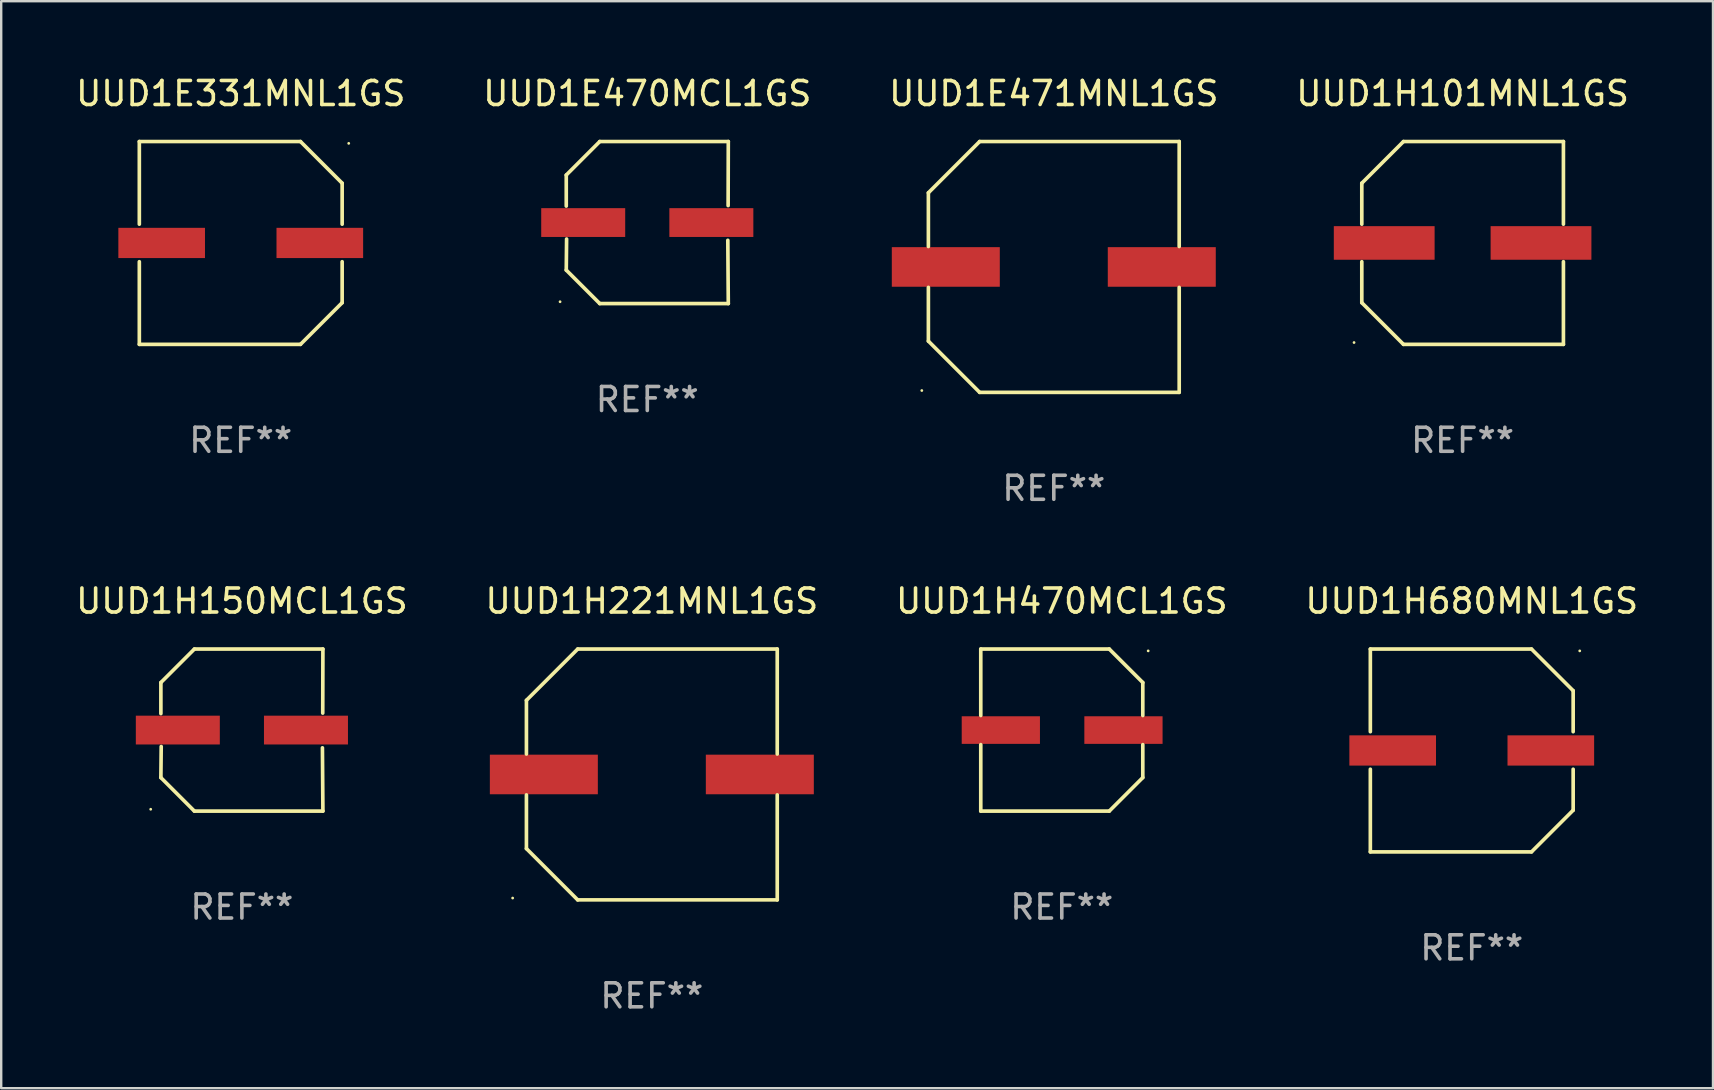
<source format=kicad_pcb>
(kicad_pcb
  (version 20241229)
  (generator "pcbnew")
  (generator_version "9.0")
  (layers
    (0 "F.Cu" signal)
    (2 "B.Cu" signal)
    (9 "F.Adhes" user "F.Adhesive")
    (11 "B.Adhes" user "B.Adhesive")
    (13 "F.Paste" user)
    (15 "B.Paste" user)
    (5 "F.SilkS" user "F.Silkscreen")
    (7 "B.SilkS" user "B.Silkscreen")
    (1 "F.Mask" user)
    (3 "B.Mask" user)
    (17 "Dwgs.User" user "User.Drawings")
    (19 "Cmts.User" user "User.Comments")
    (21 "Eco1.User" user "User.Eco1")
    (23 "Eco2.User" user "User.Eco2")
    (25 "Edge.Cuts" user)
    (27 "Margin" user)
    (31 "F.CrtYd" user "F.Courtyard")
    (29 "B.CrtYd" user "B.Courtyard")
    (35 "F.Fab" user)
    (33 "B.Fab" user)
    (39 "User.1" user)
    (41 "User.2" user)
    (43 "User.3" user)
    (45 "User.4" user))
  (footprint "UUD1H101MNL1GS"
    (layer "F.Cu")
    (at 57.899 7.074)
    (property "Reference" "UUD1H101MNL1GS" (at 0 -6.226 0) (layer "F.SilkS") (effects (font (size 1 1) (thickness 0.15))))
    (attr through_hole)
    (fp_line (start -4.201 -2.49) (end -4.201 -0.782) (stroke (width 0.152) (type solid)) (layer "F.SilkS"))
    (fp_line (start -4.201 2.49) (end -4.201 0.782) (stroke (width 0.152) (type solid)) (layer "F.SilkS"))
    (fp_line (start -2.465 -4.226) (end -4.201 -2.49) (stroke (width 0.152) (type solid)) (layer "F.SilkS"))
    (fp_line (start -2.465 4.226) (end -4.201 2.49) (stroke (width 0.152) (type solid)) (layer "F.SilkS"))
    (fp_line (start 4.201 -4.226) (end -2.465 -4.226) (stroke (width 0.152) (type solid)) (layer "F.SilkS"))
    (fp_line (start 4.201 -0.782) (end 4.201 -4.226) (stroke (width 0.152) (type solid)) (layer "F.SilkS"))
    (fp_line (start 4.201 0.782) (end 4.201 4.226) (stroke (width 0.152) (type solid)) (layer "F.SilkS"))
    (fp_line (start 4.201 4.226) (end -2.465 4.226) (stroke (width 0.152) (type solid)) (layer "F.SilkS"))
    (fp_circle (center -4.524 4.15) (end -4.494 4.15) (stroke (width 0.06) (type solid)) (fill no) (layer "F.SilkS"))
    (fp_text user "REF**" (at 0 8.226 0) (layer "F.Fab") (effects (font (size 1 1) (thickness 0.15))))
    (pad "1" smd rect (at -3.267 0) (size 4.2 1.4) (layers "F.Cu" "F.Mask" "F.Paste"))
    (pad "2" smd rect (at 3.267 0) (size 4.2 1.4) (layers "F.Cu" "F.Mask" "F.Paste")))
  (footprint "UUD1E471MNL1GS"
    (layer "F.Cu")
    (at 40.863 8.074)
    (property "Reference" "UUD1E471MNL1GS" (at 0 -7.226 0) (layer "F.SilkS") (effects (font (size 1 1) (thickness 0.15))))
    (attr through_hole)
    (fp_line (start -5.226 -3.09) (end -5.226 -0.852) (stroke (width 0.152) (type solid)) (layer "F.SilkS"))
    (fp_line (start -5.226 3.09) (end -5.226 0.852) (stroke (width 0.152) (type solid)) (layer "F.SilkS"))
    (fp_line (start -3.09 -5.226) (end -5.226 -3.09) (stroke (width 0.152) (type solid)) (layer "F.SilkS"))
    (fp_line (start -3.09 5.226) (end -5.226 3.09) (stroke (width 0.152) (type solid)) (layer "F.SilkS"))
    (fp_line (start 5.226 -5.226) (end -3.09 -5.226) (stroke (width 0.152) (type solid)) (layer "F.SilkS"))
    (fp_line (start 5.226 -0.852) (end 5.226 -5.226) (stroke (width 0.152) (type solid)) (layer "F.SilkS"))
    (fp_line (start 5.226 0.852) (end 5.226 5.226) (stroke (width 0.152) (type solid)) (layer "F.SilkS"))
    (fp_line (start 5.226 5.226) (end -3.09 5.226) (stroke (width 0.152) (type solid)) (layer "F.SilkS"))
    (fp_circle (center -5.5 5.15) (end -5.47 5.15) (stroke (width 0.06) (type solid)) (fill no) (layer "F.SilkS"))
    (fp_text user "REF**" (at 0 9.226 0) (layer "F.Fab") (effects (font (size 1 1) (thickness 0.15))))
    (pad "1" smd rect (at -4.5 -0.000025) (size 4.5 1.65) (layers "F.Cu" "F.Mask" "F.Paste"))
    (pad "2" smd rect (at 4.5 -0.000025) (size 4.5 1.65) (layers "F.Cu" "F.Mask" "F.Paste")))
  (footprint "UUD1H221MNL1GS"
    (layer "F.Cu")
    (at 24.113 29.223)
    (property "Reference" "UUD1H221MNL1GS" (at 0 -7.226 0) (layer "F.SilkS") (effects (font (size 1 1) (thickness 0.15))))
    (attr through_hole)
    (fp_line (start -5.226 -3.09) (end -5.226 -0.852) (stroke (width 0.152) (type solid)) (layer "F.SilkS"))
    (fp_line (start -5.226 3.09) (end -5.226 0.852) (stroke (width 0.152) (type solid)) (layer "F.SilkS"))
    (fp_line (start -3.09 -5.226) (end -5.226 -3.09) (stroke (width 0.152) (type solid)) (layer "F.SilkS"))
    (fp_line (start -3.09 5.226) (end -5.226 3.09) (stroke (width 0.152) (type solid)) (layer "F.SilkS"))
    (fp_line (start 5.226 -5.226) (end -3.09 -5.226) (stroke (width 0.152) (type solid)) (layer "F.SilkS"))
    (fp_line (start 5.226 -0.852) (end 5.226 -5.226) (stroke (width 0.152) (type solid)) (layer "F.SilkS"))
    (fp_line (start 5.226 0.852) (end 5.226 5.226) (stroke (width 0.152) (type solid)) (layer "F.SilkS"))
    (fp_line (start 5.226 5.226) (end -3.09 5.226) (stroke (width 0.152) (type solid)) (layer "F.SilkS"))
    (fp_circle (center -5.8 5.15) (end -5.77 5.15) (stroke (width 0.06) (type solid)) (fill no) (layer "F.SilkS"))
    (fp_text user "REF**" (at 0 9.226 0) (layer "F.Fab") (effects (font (size 1 1) (thickness 0.15))))
    (pad "1" smd rect (at -4.5 0) (size 4.5 1.65) (layers "F.Cu" "F.Mask" "F.Paste"))
    (pad "2" smd rect (at 4.5 0) (size 4.5 1.65) (layers "F.Cu" "F.Mask" "F.Paste")))
  (footprint "UUD1H680MNL1GS"
    (layer "F.Cu")
    (at 58.28 28.223)
    (property "Reference" "UUD1H680MNL1GS" (at 0 -6.226 0) (layer "F.SilkS") (effects (font (size 1 1) (thickness 0.15))))
    (attr through_hole)
    (fp_line (start -4.226 -4.226) (end 2.49 -4.226) (stroke (width 0.152) (type solid)) (layer "F.SilkS"))
    (fp_line (start -4.226 -0.782) (end -4.226 -4.226) (stroke (width 0.152) (type solid)) (layer "F.SilkS"))
    (fp_line (start -4.226 0.782) (end -4.226 4.226) (stroke (width 0.152) (type solid)) (layer "F.SilkS"))
    (fp_line (start -4.226 4.226) (end 2.49 4.226) (stroke (width 0.152) (type solid)) (layer "F.SilkS"))
    (fp_line (start 2.49 -4.226) (end 4.226 -2.49) (stroke (width 0.152) (type solid)) (layer "F.SilkS"))
    (fp_line (start 2.49 4.226) (end 4.226 2.49) (stroke (width 0.152) (type solid)) (layer "F.SilkS"))
    (fp_line (start 4.226 -2.49) (end 4.226 -0.782) (stroke (width 0.152) (type solid)) (layer "F.SilkS"))
    (fp_line (start 4.226 2.49) (end 4.226 0.782) (stroke (width 0.152) (type solid)) (layer "F.SilkS"))
    (fp_circle (center 4.5 -4.15) (end 4.53 -4.15) (stroke (width 0.06) (type solid)) (fill no) (layer "F.SilkS"))
    (fp_text user "REF**" (at 0 8.226 0) (layer "F.Fab") (effects (font (size 1 1) (thickness 0.15))))
    (pad "1" smd rect (at 3.295 0 180) (size 3.61 1.26) (layers "F.Cu" "F.Mask" "F.Paste"))
    (pad "2" smd rect (at -3.295 0 180) (size 3.61 1.26) (layers "F.Cu" "F.Mask" "F.Paste")))
  (footprint "UUD1E470MCL1GS"
    (layer "F.Cu")
    (at 23.923 6.224)
    (property "Reference" "UUD1E470MCL1GS" (at 0 -5.376 0) (layer "F.SilkS") (effects (font (size 1 1) (thickness 0.15))))
    (attr through_hole)
    (fp_line (start -3.376 -1.98) (end -3.376 -0.686) (stroke (width 0.152) (type solid)) (layer "F.SilkS"))
    (fp_line (start -3.376 1.981) (end -3.362 0.686) (stroke (width 0.152) (type solid)) (layer "F.SilkS"))
    (fp_line (start -1.981 3.376) (end -3.376 1.981) (stroke (width 0.152) (type solid)) (layer "F.SilkS"))
    (fp_line (start -1.98 -3.376) (end -3.376 -1.98) (stroke (width 0.152) (type solid)) (layer "F.SilkS"))
    (fp_line (start 3.356 0.74) (end 3.376 3.376) (stroke (width 0.152) (type solid)) (layer "F.SilkS"))
    (fp_line (start 3.369 -0.707) (end 3.376 -3.376) (stroke (width 0.152) (type solid)) (layer "F.SilkS"))
    (fp_line (start 3.376 3.376) (end -1.981 3.376) (stroke (width 0.152) (type solid)) (layer "F.SilkS"))
    (fp_line (start 3.376 -3.376) (end -1.98 -3.376) (stroke (width 0.152) (type solid)) (layer "F.SilkS"))
    (fp_circle (center -3.634 3.3) (end -3.604 3.3) (stroke (width 0.06) (type solid)) (fill no) (layer "F.SilkS"))
    (fp_text user "REF**" (at 0 7.376 0) (layer "F.Fab") (effects (font (size 1 1) (thickness 0.15))))
    (pad "1" smd rect (at -2.67 0.000254) (size 3.5 1.2) (layers "F.Cu" "F.Mask" "F.Paste"))
    (pad "2" smd rect (at 2.67 0.000254) (size 3.5 1.2) (layers "F.Cu" "F.Mask" "F.Paste")))
  (footprint "UUD1H150MCL1GS"
    (layer "F.Cu")
    (at 7.03 27.373)
    (property "Reference" "UUD1H150MCL1GS" (at 0 -5.376 0) (layer "F.SilkS") (effects (font (size 1 1) (thickness 0.15))))
    (attr through_hole)
    (fp_line (start -3.376 -1.98) (end -3.376 -0.686) (stroke (width 0.152) (type solid)) (layer "F.SilkS"))
    (fp_line (start -3.376 1.981) (end -3.362 0.686) (stroke (width 0.152) (type solid)) (layer "F.SilkS"))
    (fp_line (start -1.981 3.376) (end -3.376 1.981) (stroke (width 0.152) (type solid)) (layer "F.SilkS"))
    (fp_line (start -1.98 -3.376) (end -3.376 -1.98) (stroke (width 0.152) (type solid)) (layer "F.SilkS"))
    (fp_line (start 3.356 0.74) (end 3.376 3.376) (stroke (width 0.152) (type solid)) (layer "F.SilkS"))
    (fp_line (start 3.369 -0.707) (end 3.376 -3.376) (stroke (width 0.152) (type solid)) (layer "F.SilkS"))
    (fp_line (start 3.376 3.376) (end -1.981 3.376) (stroke (width 0.152) (type solid)) (layer "F.SilkS"))
    (fp_line (start 3.376 -3.376) (end -1.98 -3.376) (stroke (width 0.152) (type solid)) (layer "F.SilkS"))
    (fp_circle (center -3.8 3.3) (end -3.77 3.3) (stroke (width 0.06) (type solid)) (fill no) (layer "F.SilkS"))
    (fp_text user "REF**" (at 0 7.376 0) (layer "F.Fab") (effects (font (size 1 1) (thickness 0.15))))
    (pad "1" smd rect (at -2.67 0.000203) (size 3.5 1.2) (layers "F.Cu" "F.Mask" "F.Paste"))
    (pad "2" smd rect (at 2.67 0.000203) (size 3.5 1.2) (layers "F.Cu" "F.Mask" "F.Paste")))
  (footprint "UUD1E331MNL1GS"
    (layer "F.Cu")
    (at 6.982 7.074)
    (property "Reference" "UUD1E331MNL1GS" (at 0 -6.226 0) (layer "F.SilkS") (effects (font (size 1 1) (thickness 0.15))))
    (attr through_hole)
    (fp_line (start -4.226 -4.226) (end 2.49 -4.226) (stroke (width 0.152) (type solid)) (layer "F.SilkS"))
    (fp_line (start -4.226 -0.782) (end -4.226 -4.226) (stroke (width 0.152) (type solid)) (layer "F.SilkS"))
    (fp_line (start -4.226 0.782) (end -4.226 4.226) (stroke (width 0.152) (type solid)) (layer "F.SilkS"))
    (fp_line (start -4.226 4.226) (end 2.49 4.226) (stroke (width 0.152) (type solid)) (layer "F.SilkS"))
    (fp_line (start 2.49 -4.226) (end 4.226 -2.49) (stroke (width 0.152) (type solid)) (layer "F.SilkS"))
    (fp_line (start 2.49 4.226) (end 4.226 2.49) (stroke (width 0.152) (type solid)) (layer "F.SilkS"))
    (fp_line (start 4.226 -2.49) (end 4.226 -0.782) (stroke (width 0.152) (type solid)) (layer "F.SilkS"))
    (fp_line (start 4.226 2.49) (end 4.226 0.782) (stroke (width 0.152) (type solid)) (layer "F.SilkS"))
    (fp_circle (center 4.5 -4.15) (end 4.53 -4.15) (stroke (width 0.06) (type solid)) (fill no) (layer "F.SilkS"))
    (fp_text user "REF**" (at 0 8.226 0) (layer "F.Fab") (effects (font (size 1 1) (thickness 0.15))))
    (pad "1" smd rect (at 3.295 0 180) (size 3.61 1.26) (layers "F.Cu" "F.Mask" "F.Paste"))
    (pad "2" smd rect (at -3.295 0 180) (size 3.61 1.26) (layers "F.Cu" "F.Mask" "F.Paste")))
  (footprint "UUD1H470MCL1GS"
    (layer "F.Cu")
    (at 41.196 27.373)
    (property "Reference" "UUD1H470MCL1GS" (at 0 -5.376 0) (layer "F.SilkS") (effects (font (size 1 1) (thickness 0.15))))
    (attr through_hole)
    (fp_line (start -3.376 -3.376) (end 1.98 -3.376) (stroke (width 0.152) (type solid)) (layer "F.SilkS"))
    (fp_line (start -3.376 -0.607) (end -3.376 -3.376) (stroke (width 0.152) (type solid)) (layer "F.SilkS"))
    (fp_line (start -3.376 0.607) (end -3.376 3.376) (stroke (width 0.152) (type solid)) (layer "F.SilkS"))
    (fp_line (start -3.376 3.376) (end 1.98 3.376) (stroke (width 0.152) (type solid)) (layer "F.SilkS"))
    (fp_line (start 1.98 -3.376) (end 3.376 -1.98) (stroke (width 0.152) (type solid)) (layer "F.SilkS"))
    (fp_line (start 1.98 3.376) (end 3.376 1.98) (stroke (width 0.152) (type solid)) (layer "F.SilkS"))
    (fp_line (start 3.376 -1.98) (end 3.376 -0.607) (stroke (width 0.152) (type solid)) (layer "F.SilkS"))
    (fp_line (start 3.376 1.98) (end 3.376 0.607) (stroke (width 0.152) (type solid)) (layer "F.SilkS"))
    (fp_circle (center 3.6 -3.3) (end 3.63 -3.3) (stroke (width 0.06) (type solid)) (fill no) (layer "F.SilkS"))
    (fp_text user "REF**" (at 0 7.376 0) (layer "F.Fab") (effects (font (size 1 1) (thickness 0.15))))
    (pad "1" smd rect (at 2.57 0 180) (size 3.26 1.15) (layers "F.Cu" "F.Mask" "F.Paste"))
    (pad "2" smd rect (at -2.54 0 180) (size 3.26 1.15) (layers "F.Cu" "F.Mask" "F.Paste")))
  (gr_rect
    (start -3 -3)
    (end 68.333 42.298)
    (stroke (width 0.1) (type default))
    (fill no)
    (layer "Edge.Cuts")))
</source>
